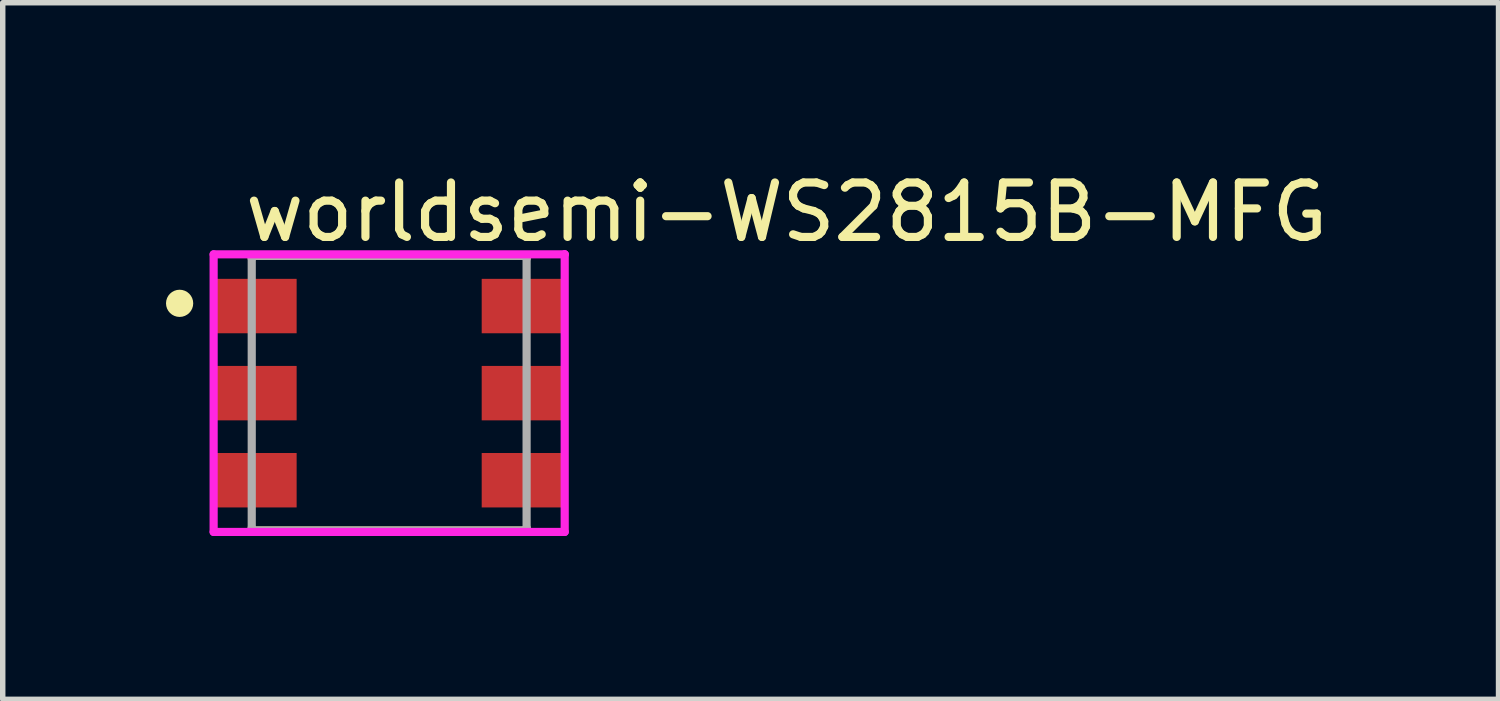
<source format=kicad_pcb>
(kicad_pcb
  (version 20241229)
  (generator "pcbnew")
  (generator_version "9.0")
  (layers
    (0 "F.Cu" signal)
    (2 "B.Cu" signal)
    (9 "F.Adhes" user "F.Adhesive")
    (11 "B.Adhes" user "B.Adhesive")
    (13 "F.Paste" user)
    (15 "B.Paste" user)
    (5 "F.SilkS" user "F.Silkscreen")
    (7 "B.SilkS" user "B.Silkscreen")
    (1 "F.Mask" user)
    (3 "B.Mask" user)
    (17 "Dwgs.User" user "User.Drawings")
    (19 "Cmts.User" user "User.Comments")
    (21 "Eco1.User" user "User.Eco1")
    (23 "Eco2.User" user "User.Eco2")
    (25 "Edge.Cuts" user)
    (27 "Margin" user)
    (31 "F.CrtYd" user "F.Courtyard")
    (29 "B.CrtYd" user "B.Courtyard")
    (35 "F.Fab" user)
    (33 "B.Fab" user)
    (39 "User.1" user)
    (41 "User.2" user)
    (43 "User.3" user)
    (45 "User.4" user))
  (footprint "worldsemi-WS2815B-MFG"
    (layer "F.Cu")
    (at 4.1 4.173)
    (property "Reference" "worldsemi-WS2815B-MFG" (at -2.725 -3.325 0) (layer "F.SilkS") (effects (font (size 1 1) (thickness 0.15)) (justify left)))
    (attr through_hole)
    (fp_line (start -2.525 -2.525) (end 2.525 -2.525) (stroke (width 0.15) (type solid)) (layer "F.SilkS"))
    (fp_line (start -2.525 -2.475) (end -2.525 -2.525) (stroke (width 0.15) (type solid)) (layer "F.SilkS"))
    (fp_line (start -2.525 2.525) (end -2.525 2.475) (stroke (width 0.15) (type solid)) (layer "F.SilkS"))
    (fp_line (start -2.525 2.525) (end 2.525 2.525) (stroke (width 0.15) (type solid)) (layer "F.SilkS"))
    (fp_line (start 2.525 -2.475) (end 2.525 -2.525) (stroke (width 0.15) (type solid)) (layer "F.SilkS"))
    (fp_line (start 2.525 2.525) (end 2.525 2.475) (stroke (width 0.15) (type solid)) (layer "F.SilkS"))
    (fp_circle (center -3.85 -1.65) (end -3.725 -1.65) (stroke (width 0.25) (type solid)) (fill no) (layer "F.SilkS"))
    (fp_line (start -3.225 -2.55) (end -3.225 2.55) (stroke (width 0.15) (type solid)) (layer "F.CrtYd"))
    (fp_line (start -3.225 2.55) (end 3.225 2.55) (stroke (width 0.15) (type solid)) (layer "F.CrtYd"))
    (fp_line (start 3.225 -2.55) (end -3.225 -2.55) (stroke (width 0.15) (type solid)) (layer "F.CrtYd"))
    (fp_line (start 3.225 -2.55) (end 3.225 -2.55) (stroke (width 0.15) (type solid)) (layer "F.CrtYd"))
    (fp_line (start 3.225 2.55) (end 3.225 -2.55) (stroke (width 0.15) (type solid)) (layer "F.CrtYd"))
    (fp_line (start -2.525 -2.525) (end 2.525 -2.525) (stroke (width 0.15) (type solid)) (layer "F.Fab"))
    (fp_line (start -2.525 2.525) (end -2.525 -2.525) (stroke (width 0.15) (type solid)) (layer "F.Fab"))
    (fp_line (start 2.525 -2.525) (end 2.525 2.525) (stroke (width 0.15) (type solid)) (layer "F.Fab"))
    (fp_line (start 2.525 2.525) (end -2.525 2.525) (stroke (width 0.15) (type solid)) (layer "F.Fab"))
    (pad "1" smd rect (at -2.45 -1.6) (size 1.5 1) (layers "F.Cu" "F.Mask" "F.Paste"))
    (pad "2" smd rect (at -2.45 0) (size 1.5 1) (layers "F.Cu" "F.Mask" "F.Paste"))
    (pad "3" smd rect (at -2.45 1.6) (size 1.5 1) (layers "F.Cu" "F.Mask" "F.Paste"))
    (pad "4" smd rect (at 2.45 1.6) (size 1.5 1) (layers "F.Cu" "F.Mask" "F.Paste"))
    (pad "5" smd rect (at 2.45 0) (size 1.5 1) (layers "F.Cu" "F.Mask" "F.Paste"))
    (pad "6" smd rect (at 2.45 -1.6) (size 1.5 1) (layers "F.Cu" "F.Mask" "F.Paste")))
  (gr_rect
    (start -3 -3)
    (end 24.482 9.798)
    (stroke (width 0.1) (type default))
    (fill no)
    (layer "Edge.Cuts")))
</source>
